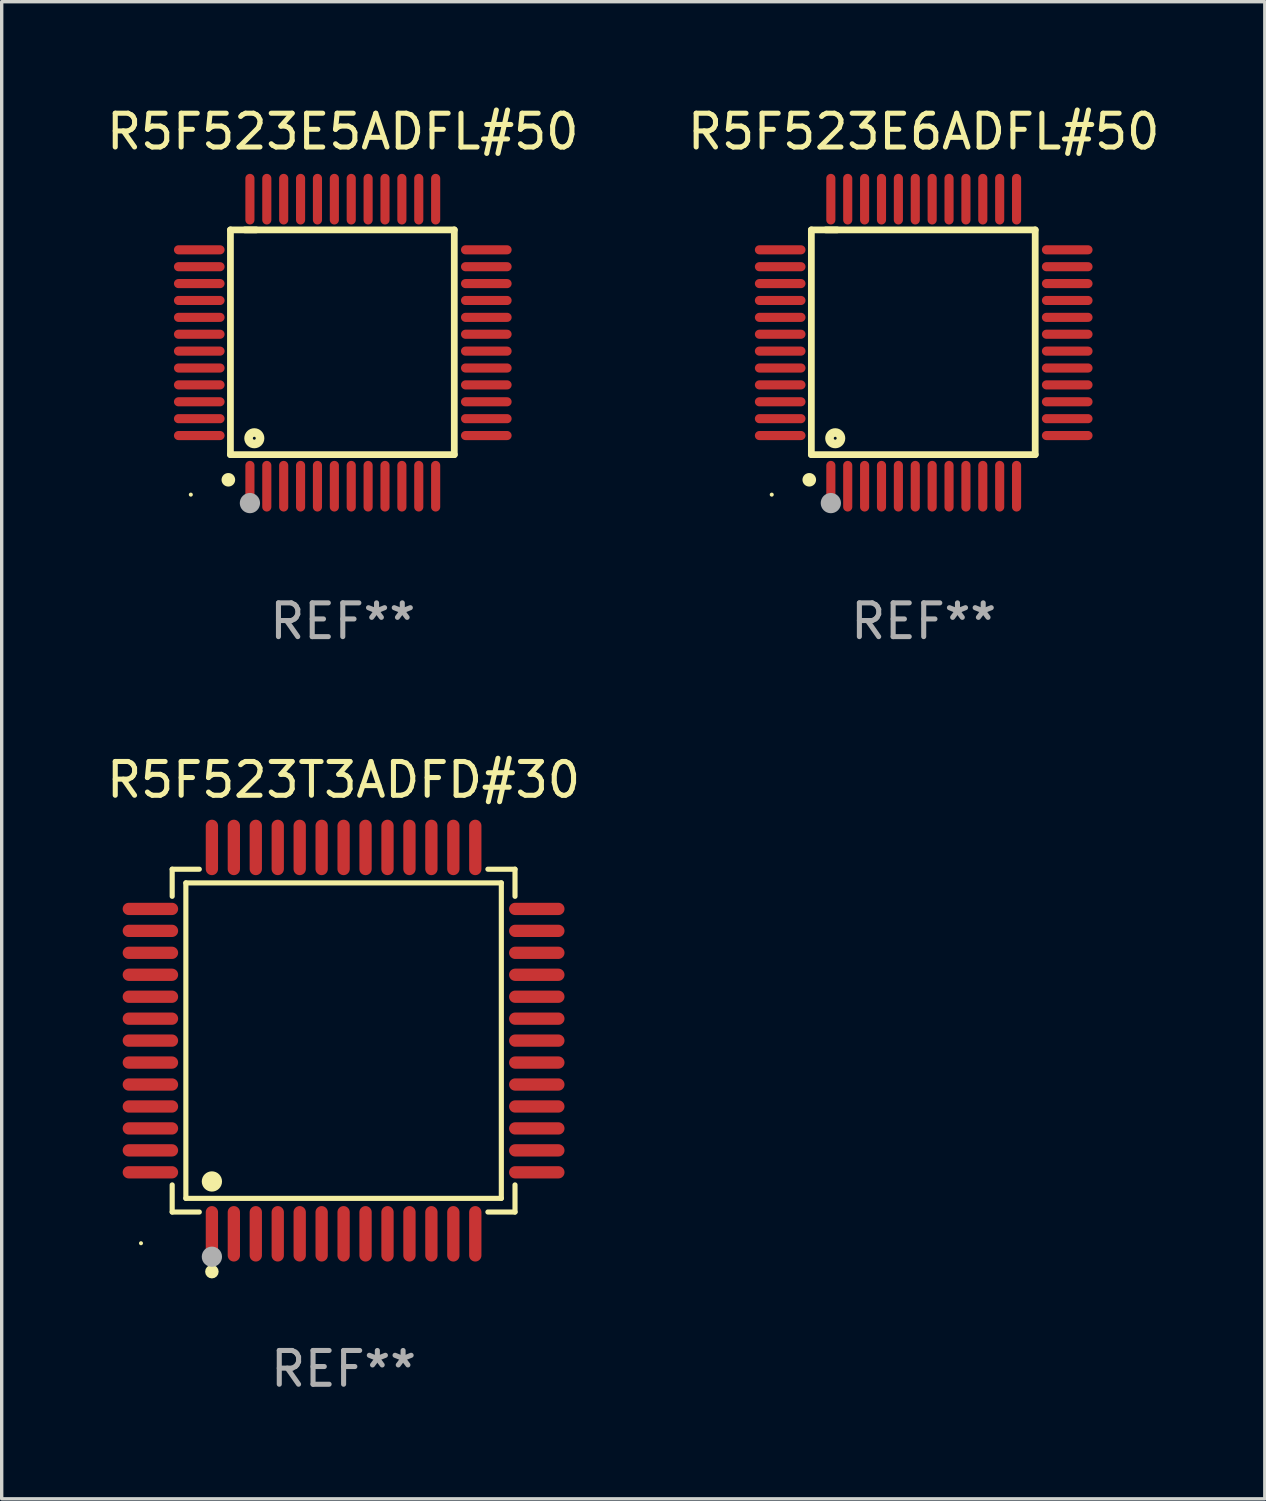
<source format=kicad_pcb>
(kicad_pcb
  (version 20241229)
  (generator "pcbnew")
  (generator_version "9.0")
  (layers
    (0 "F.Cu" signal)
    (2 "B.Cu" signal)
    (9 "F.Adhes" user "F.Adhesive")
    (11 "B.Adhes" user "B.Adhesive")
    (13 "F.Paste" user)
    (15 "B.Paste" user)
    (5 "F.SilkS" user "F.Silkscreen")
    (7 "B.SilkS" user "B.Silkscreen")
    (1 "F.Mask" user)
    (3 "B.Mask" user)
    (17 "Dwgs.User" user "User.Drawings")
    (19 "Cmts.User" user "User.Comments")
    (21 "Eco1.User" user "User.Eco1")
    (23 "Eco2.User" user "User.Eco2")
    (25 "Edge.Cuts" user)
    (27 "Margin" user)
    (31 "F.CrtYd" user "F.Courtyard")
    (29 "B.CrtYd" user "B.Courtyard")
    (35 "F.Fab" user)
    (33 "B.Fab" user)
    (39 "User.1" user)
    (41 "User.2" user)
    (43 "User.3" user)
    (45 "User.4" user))
  (footprint "R5F523E5ADFL#50"
    (layer "F.Cu")
    (at 7.101 7.098)
    (property "Reference" "R5F523E5ADFL#50" (at 0 -6.25 0) (layer "F.SilkS") (effects (font (size 1 1) (thickness 0.15))))
    (attr through_hole)
    (fp_line (start -3.327 -3.34) (end -2.565 -3.34) (stroke (width 0.2) (type solid)) (layer "F.SilkS"))
    (fp_line (start -3.327 3.315) (end -3.327 -3.34) (stroke (width 0.2) (type solid)) (layer "F.SilkS"))
    (fp_line (start -2.896 -3.34) (end 3.302 -3.34) (stroke (width 0.2) (type solid)) (layer "F.SilkS"))
    (fp_line (start 3.302 -3.34) (end 3.302 3.315) (stroke (width 0.2) (type solid)) (layer "F.SilkS"))
    (fp_line (start 3.302 3.315) (end -3.327 3.315) (stroke (width 0.2) (type solid)) (layer "F.SilkS"))
    (fp_arc (start -3.389992 4.059995) (mid -3.388722 4.059991) (end -3.387452 4.059995) (stroke (width 0.4) (type solid)) (layer "F.SilkS"))
    (fp_circle (center -4.5 4.5) (end -4.47 4.5) (stroke (width 0.06) (type solid)) (fill no) (layer "F.SilkS"))
    (fp_circle (center -2.62 2.83) (end -2.45 2.83) (stroke (width 0.254) (type solid)) (fill no) (layer "F.SilkS"))
    (fp_circle (center -2.75 4.75) (end -2.6 4.75) (stroke (width 0.3) (type solid)) (fill no) (layer "F.Fab"))
    (fp_text user "REF**" (at 0 8.25 0) (layer "F.Fab") (effects (font (size 1 1) (thickness 0.15))))
    (pad "1" smd oval (at -2.75 4.25) (size 0.27 1.5) (layers "F.Cu" "F.Mask" "F.Paste"))
    (pad "2" smd oval (at -2.25 4.25) (size 0.27 1.5) (layers "F.Cu" "F.Mask" "F.Paste"))
    (pad "3" smd oval (at -1.75 4.25) (size 0.27 1.5) (layers "F.Cu" "F.Mask" "F.Paste"))
    (pad "4" smd oval (at -1.25 4.25) (size 0.27 1.5) (layers "F.Cu" "F.Mask" "F.Paste"))
    (pad "5" smd oval (at -0.75 4.25) (size 0.27 1.5) (layers "F.Cu" "F.Mask" "F.Paste"))
    (pad "6" smd oval (at -0.25 4.25) (size 0.27 1.5) (layers "F.Cu" "F.Mask" "F.Paste"))
    (pad "7" smd oval (at 0.25 4.25) (size 0.27 1.5) (layers "F.Cu" "F.Mask" "F.Paste"))
    (pad "8" smd oval (at 0.75 4.25) (size 0.27 1.5) (layers "F.Cu" "F.Mask" "F.Paste"))
    (pad "9" smd oval (at 1.25 4.25) (size 0.27 1.5) (layers "F.Cu" "F.Mask" "F.Paste"))
    (pad "10" smd oval (at 1.75 4.25) (size 0.27 1.5) (layers "F.Cu" "F.Mask" "F.Paste"))
    (pad "11" smd oval (at 2.25 4.25) (size 0.27 1.5) (layers "F.Cu" "F.Mask" "F.Paste"))
    (pad "12" smd oval (at 2.75 4.25) (size 0.27 1.5) (layers "F.Cu" "F.Mask" "F.Paste"))
    (pad "13" smd oval (at 4.25 2.75) (size 1.5 0.27) (layers "F.Cu" "F.Mask" "F.Paste"))
    (pad "14" smd oval (at 4.25 2.25) (size 1.5 0.27) (layers "F.Cu" "F.Mask" "F.Paste"))
    (pad "15" smd oval (at 4.25 1.75) (size 1.5 0.27) (layers "F.Cu" "F.Mask" "F.Paste"))
    (pad "16" smd oval (at 4.25 1.25) (size 1.5 0.27) (layers "F.Cu" "F.Mask" "F.Paste"))
    (pad "17" smd oval (at 4.25 0.75) (size 1.5 0.27) (layers "F.Cu" "F.Mask" "F.Paste"))
    (pad "18" smd oval (at 4.25 0.25) (size 1.5 0.27) (layers "F.Cu" "F.Mask" "F.Paste"))
    (pad "19" smd oval (at 4.25 -0.25) (size 1.5 0.27) (layers "F.Cu" "F.Mask" "F.Paste"))
    (pad "20" smd oval (at 4.25 -0.75) (size 1.5 0.27) (layers "F.Cu" "F.Mask" "F.Paste"))
    (pad "21" smd oval (at 4.25 -1.25) (size 1.5 0.27) (layers "F.Cu" "F.Mask" "F.Paste"))
    (pad "22" smd oval (at 4.25 -1.75) (size 1.5 0.27) (layers "F.Cu" "F.Mask" "F.Paste"))
    (pad "23" smd oval (at 4.25 -2.25) (size 1.5 0.27) (layers "F.Cu" "F.Mask" "F.Paste"))
    (pad "24" smd oval (at 4.25 -2.75) (size 1.5 0.27) (layers "F.Cu" "F.Mask" "F.Paste"))
    (pad "25" smd oval (at 2.75 -4.25) (size 0.27 1.5) (layers "F.Cu" "F.Mask" "F.Paste"))
    (pad "26" smd oval (at 2.25 -4.25) (size 0.27 1.5) (layers "F.Cu" "F.Mask" "F.Paste"))
    (pad "27" smd oval (at 1.75 -4.25) (size 0.27 1.5) (layers "F.Cu" "F.Mask" "F.Paste"))
    (pad "28" smd oval (at 1.25 -4.25) (size 0.27 1.5) (layers "F.Cu" "F.Mask" "F.Paste"))
    (pad "29" smd oval (at 0.75 -4.25) (size 0.27 1.5) (layers "F.Cu" "F.Mask" "F.Paste"))
    (pad "30" smd oval (at 0.25 -4.25) (size 0.27 1.5) (layers "F.Cu" "F.Mask" "F.Paste"))
    (pad "31" smd oval (at -0.25 -4.25) (size 0.27 1.5) (layers "F.Cu" "F.Mask" "F.Paste"))
    (pad "32" smd oval (at -0.75 -4.25) (size 0.27 1.5) (layers "F.Cu" "F.Mask" "F.Paste"))
    (pad "33" smd oval (at -1.25 -4.25) (size 0.27 1.5) (layers "F.Cu" "F.Mask" "F.Paste"))
    (pad "34" smd oval (at -1.75 -4.25) (size 0.27 1.5) (layers "F.Cu" "F.Mask" "F.Paste"))
    (pad "35" smd oval (at -2.25 -4.25) (size 0.27 1.5) (layers "F.Cu" "F.Mask" "F.Paste"))
    (pad "36" smd oval (at -2.75 -4.25) (size 0.27 1.5) (layers "F.Cu" "F.Mask" "F.Paste"))
    (pad "37" smd oval (at -4.25 -2.75) (size 1.5 0.27) (layers "F.Cu" "F.Mask" "F.Paste"))
    (pad "38" smd oval (at -4.25 -2.25) (size 1.5 0.27) (layers "F.Cu" "F.Mask" "F.Paste"))
    (pad "39" smd oval (at -4.25 -1.75) (size 1.5 0.27) (layers "F.Cu" "F.Mask" "F.Paste"))
    (pad "40" smd oval (at -4.25 -1.25) (size 1.5 0.27) (layers "F.Cu" "F.Mask" "F.Paste"))
    (pad "41" smd oval (at -4.25 -0.75) (size 1.5 0.27) (layers "F.Cu" "F.Mask" "F.Paste"))
    (pad "42" smd oval (at -4.25 -0.25) (size 1.5 0.27) (layers "F.Cu" "F.Mask" "F.Paste"))
    (pad "43" smd oval (at -4.25 0.25) (size 1.5 0.27) (layers "F.Cu" "F.Mask" "F.Paste"))
    (pad "44" smd oval (at -4.25 0.75) (size 1.5 0.27) (layers "F.Cu" "F.Mask" "F.Paste"))
    (pad "45" smd oval (at -4.25 1.25) (size 1.5 0.27) (layers "F.Cu" "F.Mask" "F.Paste"))
    (pad "46" smd oval (at -4.25 1.75) (size 1.5 0.27) (layers "F.Cu" "F.Mask" "F.Paste"))
    (pad "47" smd oval (at -4.25 2.25) (size 1.5 0.27) (layers "F.Cu" "F.Mask" "F.Paste"))
    (pad "48" smd oval (at -4.25 2.75) (size 1.5 0.27) (layers "F.Cu" "F.Mask" "F.Paste")))
  (footprint "R5F523E6ADFL#50"
    (layer "F.Cu")
    (at 24.304 7.098)
    (property "Reference" "R5F523E6ADFL#50" (at 0 -6.25 0) (layer "F.SilkS") (effects (font (size 1 1) (thickness 0.15))))
    (attr through_hole)
    (fp_line (start -3.327 -3.34) (end -2.565 -3.34) (stroke (width 0.2) (type solid)) (layer "F.SilkS"))
    (fp_line (start -3.327 3.315) (end -3.327 -3.34) (stroke (width 0.2) (type solid)) (layer "F.SilkS"))
    (fp_line (start -2.896 -3.34) (end 3.302 -3.34) (stroke (width 0.2) (type solid)) (layer "F.SilkS"))
    (fp_line (start 3.302 -3.34) (end 3.302 3.315) (stroke (width 0.2) (type solid)) (layer "F.SilkS"))
    (fp_line (start 3.302 3.315) (end -3.327 3.315) (stroke (width 0.2) (type solid)) (layer "F.SilkS"))
    (fp_arc (start -3.389992 4.059995) (mid -3.388722 4.059991) (end -3.387452 4.059995) (stroke (width 0.4) (type solid)) (layer "F.SilkS"))
    (fp_circle (center -4.5 4.5) (end -4.47 4.5) (stroke (width 0.06) (type solid)) (fill no) (layer "F.SilkS"))
    (fp_circle (center -2.62 2.83) (end -2.45 2.83) (stroke (width 0.254) (type solid)) (fill no) (layer "F.SilkS"))
    (fp_circle (center -2.75 4.75) (end -2.6 4.75) (stroke (width 0.3) (type solid)) (fill no) (layer "F.Fab"))
    (fp_text user "REF**" (at 0 8.25 0) (layer "F.Fab") (effects (font (size 1 1) (thickness 0.15))))
    (pad "1" smd oval (at -2.75 4.25) (size 0.27 1.5) (layers "F.Cu" "F.Mask" "F.Paste"))
    (pad "2" smd oval (at -2.25 4.25) (size 0.27 1.5) (layers "F.Cu" "F.Mask" "F.Paste"))
    (pad "3" smd oval (at -1.75 4.25) (size 0.27 1.5) (layers "F.Cu" "F.Mask" "F.Paste"))
    (pad "4" smd oval (at -1.25 4.25) (size 0.27 1.5) (layers "F.Cu" "F.Mask" "F.Paste"))
    (pad "5" smd oval (at -0.75 4.25) (size 0.27 1.5) (layers "F.Cu" "F.Mask" "F.Paste"))
    (pad "6" smd oval (at -0.25 4.25) (size 0.27 1.5) (layers "F.Cu" "F.Mask" "F.Paste"))
    (pad "7" smd oval (at 0.25 4.25) (size 0.27 1.5) (layers "F.Cu" "F.Mask" "F.Paste"))
    (pad "8" smd oval (at 0.75 4.25) (size 0.27 1.5) (layers "F.Cu" "F.Mask" "F.Paste"))
    (pad "9" smd oval (at 1.25 4.25) (size 0.27 1.5) (layers "F.Cu" "F.Mask" "F.Paste"))
    (pad "10" smd oval (at 1.75 4.25) (size 0.27 1.5) (layers "F.Cu" "F.Mask" "F.Paste"))
    (pad "11" smd oval (at 2.25 4.25) (size 0.27 1.5) (layers "F.Cu" "F.Mask" "F.Paste"))
    (pad "12" smd oval (at 2.75 4.25) (size 0.27 1.5) (layers "F.Cu" "F.Mask" "F.Paste"))
    (pad "13" smd oval (at 4.25 2.75) (size 1.5 0.27) (layers "F.Cu" "F.Mask" "F.Paste"))
    (pad "14" smd oval (at 4.25 2.25) (size 1.5 0.27) (layers "F.Cu" "F.Mask" "F.Paste"))
    (pad "15" smd oval (at 4.25 1.75) (size 1.5 0.27) (layers "F.Cu" "F.Mask" "F.Paste"))
    (pad "16" smd oval (at 4.25 1.25) (size 1.5 0.27) (layers "F.Cu" "F.Mask" "F.Paste"))
    (pad "17" smd oval (at 4.25 0.75) (size 1.5 0.27) (layers "F.Cu" "F.Mask" "F.Paste"))
    (pad "18" smd oval (at 4.25 0.25) (size 1.5 0.27) (layers "F.Cu" "F.Mask" "F.Paste"))
    (pad "19" smd oval (at 4.25 -0.25) (size 1.5 0.27) (layers "F.Cu" "F.Mask" "F.Paste"))
    (pad "20" smd oval (at 4.25 -0.75) (size 1.5 0.27) (layers "F.Cu" "F.Mask" "F.Paste"))
    (pad "21" smd oval (at 4.25 -1.25) (size 1.5 0.27) (layers "F.Cu" "F.Mask" "F.Paste"))
    (pad "22" smd oval (at 4.25 -1.75) (size 1.5 0.27) (layers "F.Cu" "F.Mask" "F.Paste"))
    (pad "23" smd oval (at 4.25 -2.25) (size 1.5 0.27) (layers "F.Cu" "F.Mask" "F.Paste"))
    (pad "24" smd oval (at 4.25 -2.75) (size 1.5 0.27) (layers "F.Cu" "F.Mask" "F.Paste"))
    (pad "25" smd oval (at 2.75 -4.25) (size 0.27 1.5) (layers "F.Cu" "F.Mask" "F.Paste"))
    (pad "26" smd oval (at 2.25 -4.25) (size 0.27 1.5) (layers "F.Cu" "F.Mask" "F.Paste"))
    (pad "27" smd oval (at 1.75 -4.25) (size 0.27 1.5) (layers "F.Cu" "F.Mask" "F.Paste"))
    (pad "28" smd oval (at 1.25 -4.25) (size 0.27 1.5) (layers "F.Cu" "F.Mask" "F.Paste"))
    (pad "29" smd oval (at 0.75 -4.25) (size 0.27 1.5) (layers "F.Cu" "F.Mask" "F.Paste"))
    (pad "30" smd oval (at 0.25 -4.25) (size 0.27 1.5) (layers "F.Cu" "F.Mask" "F.Paste"))
    (pad "31" smd oval (at -0.25 -4.25) (size 0.27 1.5) (layers "F.Cu" "F.Mask" "F.Paste"))
    (pad "32" smd oval (at -0.75 -4.25) (size 0.27 1.5) (layers "F.Cu" "F.Mask" "F.Paste"))
    (pad "33" smd oval (at -1.25 -4.25) (size 0.27 1.5) (layers "F.Cu" "F.Mask" "F.Paste"))
    (pad "34" smd oval (at -1.75 -4.25) (size 0.27 1.5) (layers "F.Cu" "F.Mask" "F.Paste"))
    (pad "35" smd oval (at -2.25 -4.25) (size 0.27 1.5) (layers "F.Cu" "F.Mask" "F.Paste"))
    (pad "36" smd oval (at -2.75 -4.25) (size 0.27 1.5) (layers "F.Cu" "F.Mask" "F.Paste"))
    (pad "37" smd oval (at -4.25 -2.75) (size 1.5 0.27) (layers "F.Cu" "F.Mask" "F.Paste"))
    (pad "38" smd oval (at -4.25 -2.25) (size 1.5 0.27) (layers "F.Cu" "F.Mask" "F.Paste"))
    (pad "39" smd oval (at -4.25 -1.75) (size 1.5 0.27) (layers "F.Cu" "F.Mask" "F.Paste"))
    (pad "40" smd oval (at -4.25 -1.25) (size 1.5 0.27) (layers "F.Cu" "F.Mask" "F.Paste"))
    (pad "41" smd oval (at -4.25 -0.75) (size 1.5 0.27) (layers "F.Cu" "F.Mask" "F.Paste"))
    (pad "42" smd oval (at -4.25 -0.25) (size 1.5 0.27) (layers "F.Cu" "F.Mask" "F.Paste"))
    (pad "43" smd oval (at -4.25 0.25) (size 1.5 0.27) (layers "F.Cu" "F.Mask" "F.Paste"))
    (pad "44" smd oval (at -4.25 0.75) (size 1.5 0.27) (layers "F.Cu" "F.Mask" "F.Paste"))
    (pad "45" smd oval (at -4.25 1.25) (size 1.5 0.27) (layers "F.Cu" "F.Mask" "F.Paste"))
    (pad "46" smd oval (at -4.25 1.75) (size 1.5 0.27) (layers "F.Cu" "F.Mask" "F.Paste"))
    (pad "47" smd oval (at -4.25 2.25) (size 1.5 0.27) (layers "F.Cu" "F.Mask" "F.Paste"))
    (pad "48" smd oval (at -4.25 2.75) (size 1.5 0.27) (layers "F.Cu" "F.Mask" "F.Paste")))
  (footprint "R5F523T3ADFD#30"
    (layer "F.Cu")
    (at 7.125 27.766)
    (property "Reference" "R5F523T3ADFD#30" (at 0 -7.721 0) (layer "F.SilkS") (effects (font (size 1 1) (thickness 0.15))))
    (attr through_hole)
    (fp_line (start -5.076 -5.076) (end -4.273 -5.076) (stroke (width 0.152) (type solid)) (layer "F.SilkS"))
    (fp_line (start -5.076 -4.273) (end -5.076 -5.076) (stroke (width 0.152) (type solid)) (layer "F.SilkS"))
    (fp_line (start -5.076 4.273) (end -5.076 5.076) (stroke (width 0.152) (type solid)) (layer "F.SilkS"))
    (fp_line (start -5.076 5.076) (end -4.273 5.076) (stroke (width 0.152) (type solid)) (layer "F.SilkS"))
    (fp_line (start -4.671 -4.671) (end 4.671 -4.671) (stroke (width 0.152) (type solid)) (layer "F.SilkS"))
    (fp_line (start -4.671 4.671) (end -4.671 -4.671) (stroke (width 0.152) (type solid)) (layer "F.SilkS"))
    (fp_line (start 4.671 -4.671) (end 4.671 4.671) (stroke (width 0.152) (type solid)) (layer "F.SilkS"))
    (fp_line (start 4.671 4.671) (end -4.671 4.671) (stroke (width 0.152) (type solid)) (layer "F.SilkS"))
    (fp_line (start 5.076 -5.076) (end 4.273 -5.076) (stroke (width 0.152) (type solid)) (layer "F.SilkS"))
    (fp_line (start 5.076 -4.273) (end 5.076 -5.076) (stroke (width 0.152) (type solid)) (layer "F.SilkS"))
    (fp_line (start 5.076 4.273) (end 5.076 5.076) (stroke (width 0.152) (type solid)) (layer "F.SilkS"))
    (fp_line (start 5.076 5.076) (end 4.273 5.076) (stroke (width 0.152) (type solid)) (layer "F.SilkS"))
    (fp_circle (center -6 6) (end -5.97 6) (stroke (width 0.06) (type solid)) (fill no) (layer "F.SilkS"))
    (fp_circle (center -3.9 4.171) (end -3.75 4.171) (stroke (width 0.3) (type solid)) (fill no) (layer "F.SilkS"))
    (fp_circle (center -3.9 6.842) (end -3.8 6.842) (stroke (width 0.2) (type solid)) (fill no) (layer "F.SilkS"))
    (fp_circle (center -3.9 6.4) (end -3.75 6.4) (stroke (width 0.3) (type solid)) (fill no) (layer "F.Fab"))
    (fp_text user "REF**" (at 0 9.721 0) (layer "F.Fab") (effects (font (size 1 1) (thickness 0.15))))
    (pad "1" smd oval (at -3.9 5.721) (size 0.364 1.642) (layers "F.Cu" "F.Mask" "F.Paste"))
    (pad "2" smd oval (at -3.25 5.721) (size 0.364 1.642) (layers "F.Cu" "F.Mask" "F.Paste"))
    (pad "3" smd oval (at -2.6 5.721) (size 0.364 1.642) (layers "F.Cu" "F.Mask" "F.Paste"))
    (pad "4" smd oval (at -1.95 5.721) (size 0.364 1.642) (layers "F.Cu" "F.Mask" "F.Paste"))
    (pad "5" smd oval (at -1.3 5.721) (size 0.364 1.642) (layers "F.Cu" "F.Mask" "F.Paste"))
    (pad "6" smd oval (at -0.65 5.721) (size 0.364 1.642) (layers "F.Cu" "F.Mask" "F.Paste"))
    (pad "7" smd oval (at 0 5.721) (size 0.364 1.642) (layers "F.Cu" "F.Mask" "F.Paste"))
    (pad "8" smd oval (at 0.65 5.721) (size 0.364 1.642) (layers "F.Cu" "F.Mask" "F.Paste"))
    (pad "9" smd oval (at 1.3 5.721) (size 0.364 1.642) (layers "F.Cu" "F.Mask" "F.Paste"))
    (pad "10" smd oval (at 1.95 5.721) (size 0.364 1.642) (layers "F.Cu" "F.Mask" "F.Paste"))
    (pad "11" smd oval (at 2.6 5.721) (size 0.364 1.642) (layers "F.Cu" "F.Mask" "F.Paste"))
    (pad "12" smd oval (at 3.25 5.721) (size 0.364 1.642) (layers "F.Cu" "F.Mask" "F.Paste"))
    (pad "13" smd oval (at 3.9 5.721) (size 0.364 1.642) (layers "F.Cu" "F.Mask" "F.Paste"))
    (pad "14" smd oval (at 5.721 3.9) (size 1.642 0.364) (layers "F.Cu" "F.Mask" "F.Paste"))
    (pad "15" smd oval (at 5.721 3.25) (size 1.642 0.364) (layers "F.Cu" "F.Mask" "F.Paste"))
    (pad "16" smd oval (at 5.721 2.6) (size 1.642 0.364) (layers "F.Cu" "F.Mask" "F.Paste"))
    (pad "17" smd oval (at 5.721 1.95) (size 1.642 0.364) (layers "F.Cu" "F.Mask" "F.Paste"))
    (pad "18" smd oval (at 5.721 1.3) (size 1.642 0.364) (layers "F.Cu" "F.Mask" "F.Paste"))
    (pad "19" smd oval (at 5.721 0.65) (size 1.642 0.364) (layers "F.Cu" "F.Mask" "F.Paste"))
    (pad "20" smd oval (at 5.721 0) (size 1.642 0.364) (layers "F.Cu" "F.Mask" "F.Paste"))
    (pad "21" smd oval (at 5.721 -0.65) (size 1.642 0.364) (layers "F.Cu" "F.Mask" "F.Paste"))
    (pad "22" smd oval (at 5.721 -1.3) (size 1.642 0.364) (layers "F.Cu" "F.Mask" "F.Paste"))
    (pad "23" smd oval (at 5.721 -1.95) (size 1.642 0.364) (layers "F.Cu" "F.Mask" "F.Paste"))
    (pad "24" smd oval (at 5.721 -2.6) (size 1.642 0.364) (layers "F.Cu" "F.Mask" "F.Paste"))
    (pad "25" smd oval (at 5.721 -3.25) (size 1.642 0.364) (layers "F.Cu" "F.Mask" "F.Paste"))
    (pad "26" smd oval (at 5.721 -3.9) (size 1.642 0.364) (layers "F.Cu" "F.Mask" "F.Paste"))
    (pad "27" smd oval (at 3.9 -5.721) (size 0.364 1.642) (layers "F.Cu" "F.Mask" "F.Paste"))
    (pad "28" smd oval (at 3.25 -5.721) (size 0.364 1.642) (layers "F.Cu" "F.Mask" "F.Paste"))
    (pad "29" smd oval (at 2.6 -5.721) (size 0.364 1.642) (layers "F.Cu" "F.Mask" "F.Paste"))
    (pad "30" smd oval (at 1.95 -5.721) (size 0.364 1.642) (layers "F.Cu" "F.Mask" "F.Paste"))
    (pad "31" smd oval (at 1.3 -5.721) (size 0.364 1.642) (layers "F.Cu" "F.Mask" "F.Paste"))
    (pad "32" smd oval (at 0.65 -5.721) (size 0.364 1.642) (layers "F.Cu" "F.Mask" "F.Paste"))
    (pad "33" smd oval (at 0 -5.721) (size 0.364 1.642) (layers "F.Cu" "F.Mask" "F.Paste"))
    (pad "34" smd oval (at -0.65 -5.721) (size 0.364 1.642) (layers "F.Cu" "F.Mask" "F.Paste"))
    (pad "35" smd oval (at -1.3 -5.721) (size 0.364 1.642) (layers "F.Cu" "F.Mask" "F.Paste"))
    (pad "36" smd oval (at -1.95 -5.721) (size 0.364 1.642) (layers "F.Cu" "F.Mask" "F.Paste"))
    (pad "37" smd oval (at -2.6 -5.721) (size 0.364 1.642) (layers "F.Cu" "F.Mask" "F.Paste"))
    (pad "38" smd oval (at -3.25 -5.721) (size 0.364 1.642) (layers "F.Cu" "F.Mask" "F.Paste"))
    (pad "39" smd oval (at -3.9 -5.721) (size 0.364 1.642) (layers "F.Cu" "F.Mask" "F.Paste"))
    (pad "40" smd oval (at -5.721 -3.9) (size 1.642 0.364) (layers "F.Cu" "F.Mask" "F.Paste"))
    (pad "41" smd oval (at -5.721 -3.25) (size 1.642 0.364) (layers "F.Cu" "F.Mask" "F.Paste"))
    (pad "42" smd oval (at -5.721 -2.6) (size 1.642 0.364) (layers "F.Cu" "F.Mask" "F.Paste"))
    (pad "43" smd oval (at -5.721 -1.95) (size 1.642 0.364) (layers "F.Cu" "F.Mask" "F.Paste"))
    (pad "44" smd oval (at -5.721 -1.3) (size 1.642 0.364) (layers "F.Cu" "F.Mask" "F.Paste"))
    (pad "45" smd oval (at -5.721 -0.65) (size 1.642 0.364) (layers "F.Cu" "F.Mask" "F.Paste"))
    (pad "46" smd oval (at -5.721 0) (size 1.642 0.364) (layers "F.Cu" "F.Mask" "F.Paste"))
    (pad "47" smd oval (at -5.721 0.65) (size 1.642 0.364) (layers "F.Cu" "F.Mask" "F.Paste"))
    (pad "48" smd oval (at -5.721 1.3) (size 1.642 0.364) (layers "F.Cu" "F.Mask" "F.Paste"))
    (pad "49" smd oval (at -5.721 1.95) (size 1.642 0.364) (layers "F.Cu" "F.Mask" "F.Paste"))
    (pad "50" smd oval (at -5.721 2.6) (size 1.642 0.364) (layers "F.Cu" "F.Mask" "F.Paste"))
    (pad "51" smd oval (at -5.721 3.25) (size 1.642 0.364) (layers "F.Cu" "F.Mask" "F.Paste"))
    (pad "52" smd oval (at -5.721 3.9) (size 1.642 0.364) (layers "F.Cu" "F.Mask" "F.Paste")))
  (gr_rect
    (start -3 -3)
    (end 34.405 41.335)
    (stroke (width 0.1) (type default))
    (fill no)
    (layer "Edge.Cuts")))
</source>
